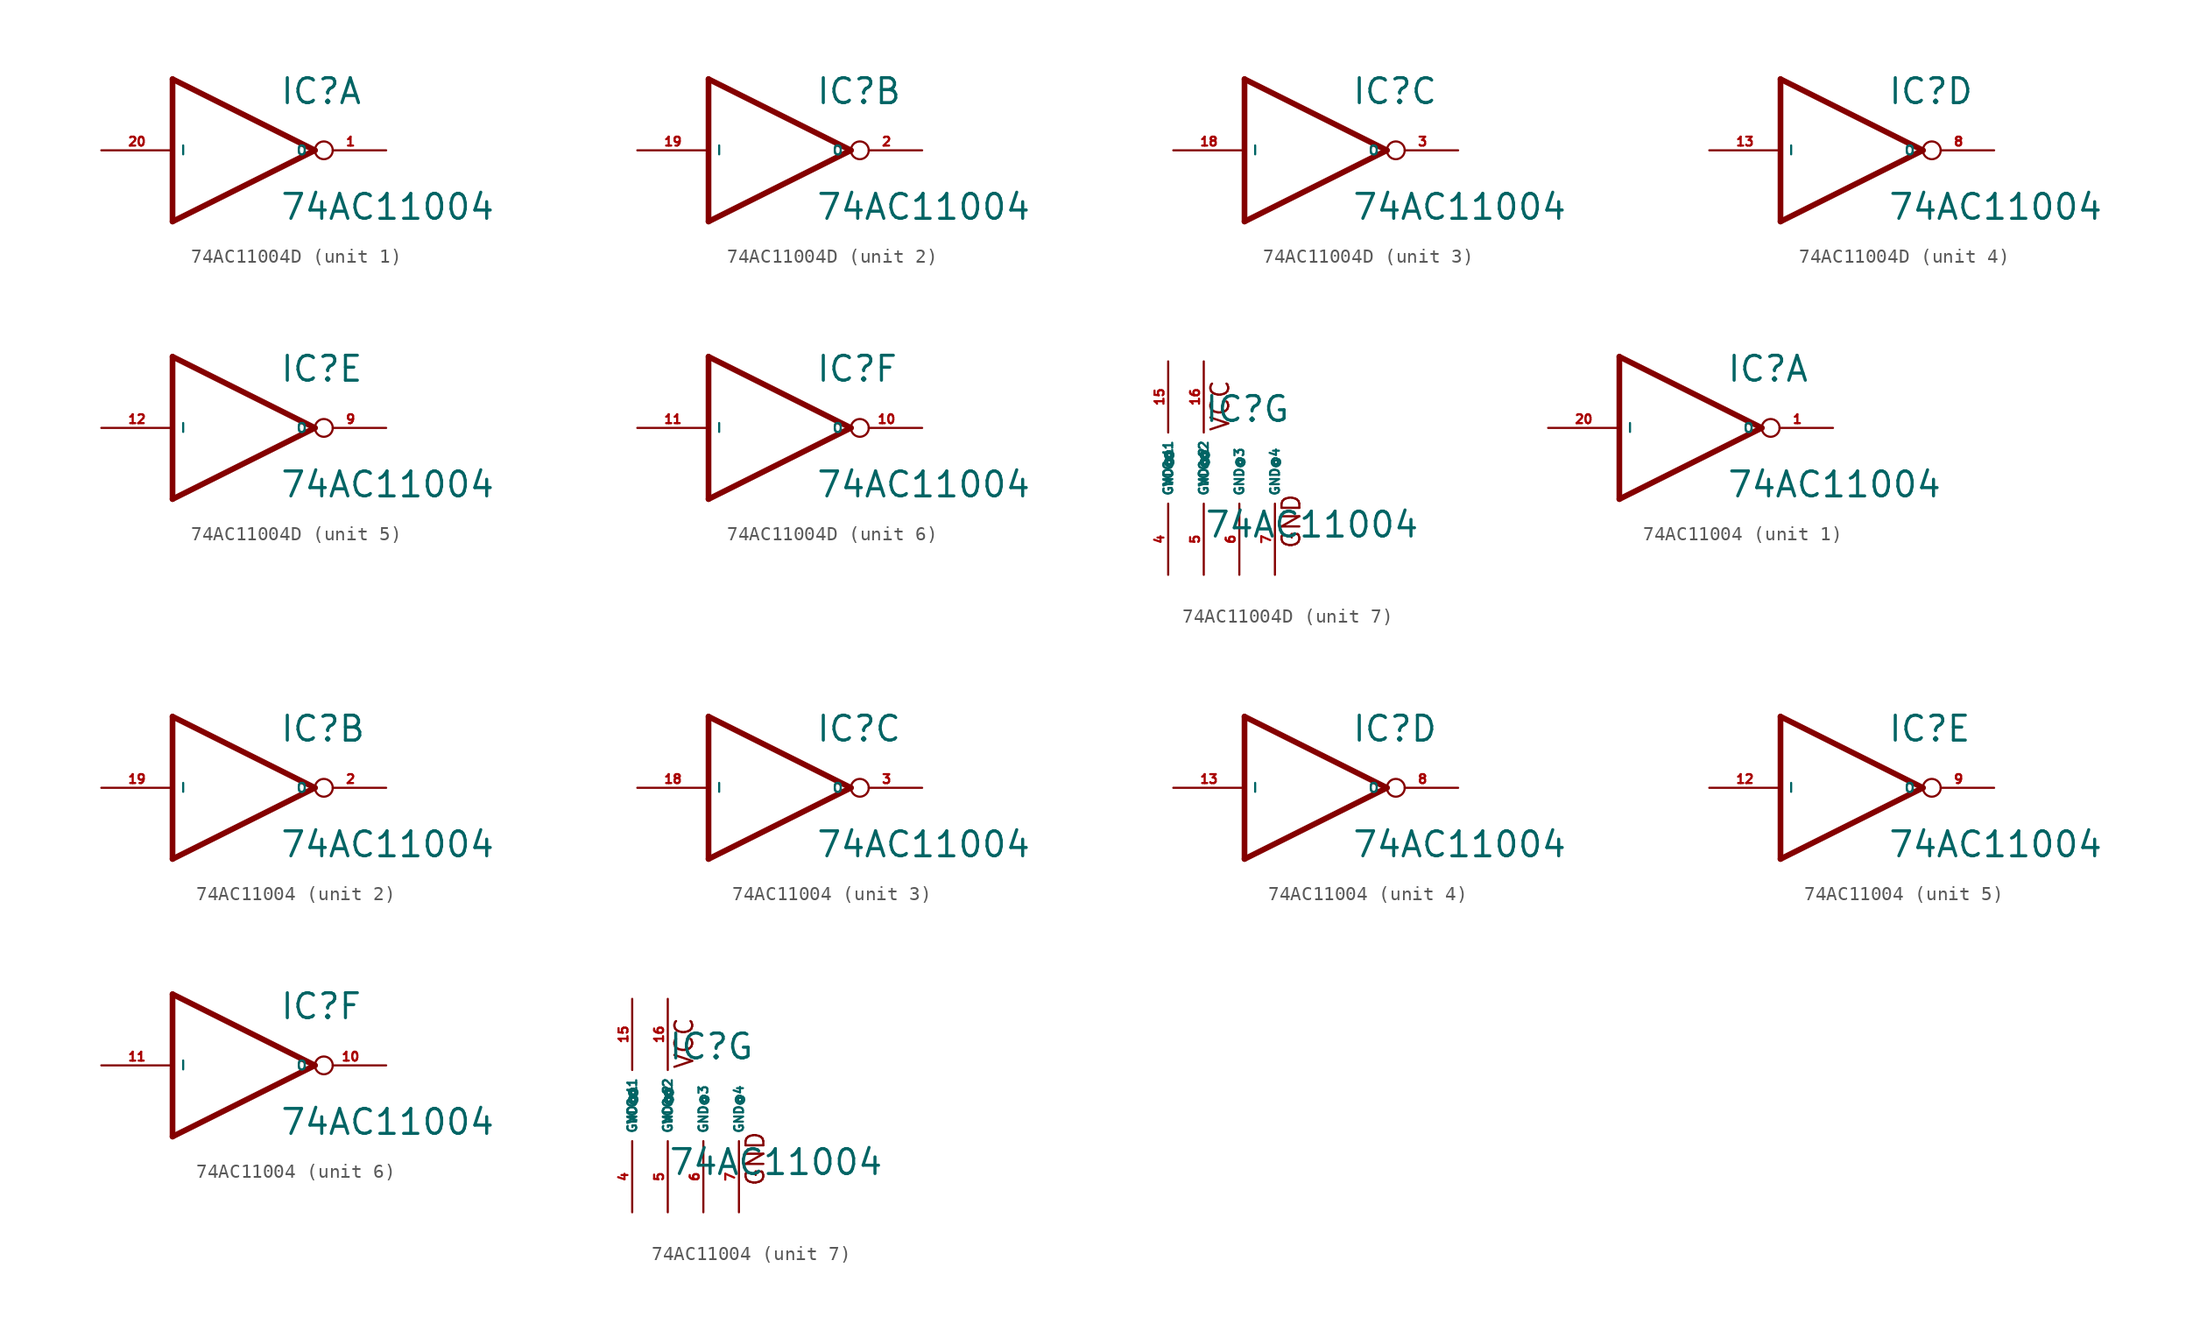
<source format=kicad_sym>
(kicad_symbol_lib
  (version 20220914)
  (generator Eagle2Kicad)
  (symbol "74AC11004D"
    (property "Reference" "IC"
      (at 2.54 3.175 0)
      (effects (font (size 1.778 1.778) (thickness 0.22)) (justify left bottom)))
    (property "Value" "74AC11004"
      (at 2.54 -5.08 0)
      (effects (font (size 1.778 1.778) (thickness 0.22)) (justify left bottom)))
    (symbol "74AC11004D_1_0"
      (polyline (pts (xy -5.08 5.08) (xy 5.08 0)) (stroke (width 0.406) (type default)) (fill (type none)))
      (polyline (pts (xy 5.08 0) (xy -5.08 -5.08)) (stroke (width 0.406) (type default)) (fill (type none)))
      (polyline (pts (xy -5.08 -5.08) (xy -5.08 5.08)) (stroke (width 0.406) (type default)) (fill (type none)))
      (pin output inverted (at 10.16 0 180) (length 5.08) (name "O" (effects (font (size 0.635 0.635) (thickness 0.08)) (justify left bottom))) (number "1" (effects (font (size 0.635 0.635) (thickness 0.08)) (justify left bottom))))
      (pin input line (at -10.16 0 0) (length 5.08) (name "I" (effects (font (size 0.635 0.635) (thickness 0.08)) (justify left bottom))) (number "20" (effects (font (size 0.635 0.635) (thickness 0.08)) (justify left bottom)))))
    (symbol "74AC11004D_2_0"
      (polyline (pts (xy -5.08 5.08) (xy 5.08 0)) (stroke (width 0.406) (type default)) (fill (type none)))
      (polyline (pts (xy 5.08 0) (xy -5.08 -5.08)) (stroke (width 0.406) (type default)) (fill (type none)))
      (polyline (pts (xy -5.08 -5.08) (xy -5.08 5.08)) (stroke (width 0.406) (type default)) (fill (type none)))
      (pin output inverted (at 10.16 0 180) (length 5.08) (name "O" (effects (font (size 0.635 0.635) (thickness 0.08)) (justify left bottom))) (number "2" (effects (font (size 0.635 0.635) (thickness 0.08)) (justify left bottom))))
      (pin input line (at -10.16 0 0) (length 5.08) (name "I" (effects (font (size 0.635 0.635) (thickness 0.08)) (justify left bottom))) (number "19" (effects (font (size 0.635 0.635) (thickness 0.08)) (justify left bottom)))))
    (symbol "74AC11004D_3_0"
      (polyline (pts (xy -5.08 5.08) (xy 5.08 0)) (stroke (width 0.406) (type default)) (fill (type none)))
      (polyline (pts (xy 5.08 0) (xy -5.08 -5.08)) (stroke (width 0.406) (type default)) (fill (type none)))
      (polyline (pts (xy -5.08 -5.08) (xy -5.08 5.08)) (stroke (width 0.406) (type default)) (fill (type none)))
      (pin output inverted (at 10.16 0 180) (length 5.08) (name "O" (effects (font (size 0.635 0.635) (thickness 0.08)) (justify left bottom))) (number "3" (effects (font (size 0.635 0.635) (thickness 0.08)) (justify left bottom))))
      (pin input line (at -10.16 0 0) (length 5.08) (name "I" (effects (font (size 0.635 0.635) (thickness 0.08)) (justify left bottom))) (number "18" (effects (font (size 0.635 0.635) (thickness 0.08)) (justify left bottom)))))
    (symbol "74AC11004D_4_0"
      (polyline (pts (xy -5.08 5.08) (xy 5.08 0)) (stroke (width 0.406) (type default)) (fill (type none)))
      (polyline (pts (xy 5.08 0) (xy -5.08 -5.08)) (stroke (width 0.406) (type default)) (fill (type none)))
      (polyline (pts (xy -5.08 -5.08) (xy -5.08 5.08)) (stroke (width 0.406) (type default)) (fill (type none)))
      (pin output inverted (at 10.16 0 180) (length 5.08) (name "O" (effects (font (size 0.635 0.635) (thickness 0.08)) (justify left bottom))) (number "8" (effects (font (size 0.635 0.635) (thickness 0.08)) (justify left bottom))))
      (pin input line (at -10.16 0 0) (length 5.08) (name "I" (effects (font (size 0.635 0.635) (thickness 0.08)) (justify left bottom))) (number "13" (effects (font (size 0.635 0.635) (thickness 0.08)) (justify left bottom)))))
    (symbol "74AC11004D_5_0"
      (polyline (pts (xy -5.08 5.08) (xy 5.08 0)) (stroke (width 0.406) (type default)) (fill (type none)))
      (polyline (pts (xy 5.08 0) (xy -5.08 -5.08)) (stroke (width 0.406) (type default)) (fill (type none)))
      (polyline (pts (xy -5.08 -5.08) (xy -5.08 5.08)) (stroke (width 0.406) (type default)) (fill (type none)))
      (pin output inverted (at 10.16 0 180) (length 5.08) (name "O" (effects (font (size 0.635 0.635) (thickness 0.08)) (justify left bottom))) (number "9" (effects (font (size 0.635 0.635) (thickness 0.08)) (justify left bottom))))
      (pin input line (at -10.16 0 0) (length 5.08) (name "I" (effects (font (size 0.635 0.635) (thickness 0.08)) (justify left bottom))) (number "12" (effects (font (size 0.635 0.635) (thickness 0.08)) (justify left bottom)))))
    (symbol "74AC11004D_6_0"
      (polyline (pts (xy -5.08 5.08) (xy 5.08 0)) (stroke (width 0.406) (type default)) (fill (type none)))
      (polyline (pts (xy 5.08 0) (xy -5.08 -5.08)) (stroke (width 0.406) (type default)) (fill (type none)))
      (polyline (pts (xy -5.08 -5.08) (xy -5.08 5.08)) (stroke (width 0.406) (type default)) (fill (type none)))
      (pin output inverted (at 10.16 0 180) (length 5.08) (name "O" (effects (font (size 0.635 0.635) (thickness 0.08)) (justify left bottom))) (number "10" (effects (font (size 0.635 0.635) (thickness 0.08)) (justify left bottom))))
      (pin input line (at -10.16 0 0) (length 5.08) (name "I" (effects (font (size 0.635 0.635) (thickness 0.08)) (justify left bottom))) (number "11" (effects (font (size 0.635 0.635) (thickness 0.08)) (justify left bottom)))))
    (symbol "74AC11004D_7_0"
      (text "VCC" (at 4.445 2.54 900) (effects (font (size 1.27 1.27) (thickness 0.16)) (justify left bottom)))
      (text "GND" (at 9.525 -5.842 900) (effects (font (size 1.27 1.27) (thickness 0.16)) (justify left bottom)))
      (pin unspecified line (at 0 -7.62 90) (length 5.08) (name "GND@1" (effects (font (size 0.635 0.635) (thickness 0.08)) (justify left bottom))) (number "4" (effects (font (size 0.635 0.635) (thickness 0.08)) (justify left bottom))))
      (pin unspecified line (at 2.54 -7.62 90) (length 5.08) (name "GND@2" (effects (font (size 0.635 0.635) (thickness 0.08)) (justify left bottom))) (number "5" (effects (font (size 0.635 0.635) (thickness 0.08)) (justify left bottom))))
      (pin unspecified line (at 5.08 -7.62 90) (length 5.08) (name "GND@3" (effects (font (size 0.635 0.635) (thickness 0.08)) (justify left bottom))) (number "6" (effects (font (size 0.635 0.635) (thickness 0.08)) (justify left bottom))))
      (pin unspecified line (at 7.62 -7.62 90) (length 5.08) (name "GND@4" (effects (font (size 0.635 0.635) (thickness 0.08)) (justify left bottom))) (number "7" (effects (font (size 0.635 0.635) (thickness 0.08)) (justify left bottom))))
      (pin unspecified line (at 0 7.62 270) (length 5.08) (name "VCC@1" (effects (font (size 0.635 0.635) (thickness 0.08)) (justify left bottom))) (number "15" (effects (font (size 0.635 0.635) (thickness 0.08)) (justify left bottom))))
      (pin unspecified line (at 2.54 7.62 270) (length 5.08) (name "VCC@2" (effects (font (size 0.635 0.635) (thickness 0.08)) (justify left bottom))) (number "16" (effects (font (size 0.635 0.635) (thickness 0.08)) (justify left bottom))))))
  (symbol "74AC11004"
    (property "Reference" "IC"
      (at 2.54 3.175 0)
      (effects (font (size 1.778 1.778) (thickness 0.22)) (justify left bottom)))
    (property "Value" "74AC11004"
      (at 2.54 -5.08 0)
      (effects (font (size 1.778 1.778) (thickness 0.22)) (justify left bottom)))
    (symbol "74AC11004_1_0"
      (polyline (pts (xy -5.08 5.08) (xy 5.08 0)) (stroke (width 0.406) (type default)) (fill (type none)))
      (polyline (pts (xy 5.08 0) (xy -5.08 -5.08)) (stroke (width 0.406) (type default)) (fill (type none)))
      (polyline (pts (xy -5.08 -5.08) (xy -5.08 5.08)) (stroke (width 0.406) (type default)) (fill (type none)))
      (pin output inverted (at 10.16 0 180) (length 5.08) (name "O" (effects (font (size 0.635 0.635) (thickness 0.08)) (justify left bottom))) (number "1" (effects (font (size 0.635 0.635) (thickness 0.08)) (justify left bottom))))
      (pin input line (at -10.16 0 0) (length 5.08) (name "I" (effects (font (size 0.635 0.635) (thickness 0.08)) (justify left bottom))) (number "20" (effects (font (size 0.635 0.635) (thickness 0.08)) (justify left bottom)))))
    (symbol "74AC11004_2_0"
      (polyline (pts (xy -5.08 5.08) (xy 5.08 0)) (stroke (width 0.406) (type default)) (fill (type none)))
      (polyline (pts (xy 5.08 0) (xy -5.08 -5.08)) (stroke (width 0.406) (type default)) (fill (type none)))
      (polyline (pts (xy -5.08 -5.08) (xy -5.08 5.08)) (stroke (width 0.406) (type default)) (fill (type none)))
      (pin output inverted (at 10.16 0 180) (length 5.08) (name "O" (effects (font (size 0.635 0.635) (thickness 0.08)) (justify left bottom))) (number "2" (effects (font (size 0.635 0.635) (thickness 0.08)) (justify left bottom))))
      (pin input line (at -10.16 0 0) (length 5.08) (name "I" (effects (font (size 0.635 0.635) (thickness 0.08)) (justify left bottom))) (number "19" (effects (font (size 0.635 0.635) (thickness 0.08)) (justify left bottom)))))
    (symbol "74AC11004_3_0"
      (polyline (pts (xy -5.08 5.08) (xy 5.08 0)) (stroke (width 0.406) (type default)) (fill (type none)))
      (polyline (pts (xy 5.08 0) (xy -5.08 -5.08)) (stroke (width 0.406) (type default)) (fill (type none)))
      (polyline (pts (xy -5.08 -5.08) (xy -5.08 5.08)) (stroke (width 0.406) (type default)) (fill (type none)))
      (pin output inverted (at 10.16 0 180) (length 5.08) (name "O" (effects (font (size 0.635 0.635) (thickness 0.08)) (justify left bottom))) (number "3" (effects (font (size 0.635 0.635) (thickness 0.08)) (justify left bottom))))
      (pin input line (at -10.16 0 0) (length 5.08) (name "I" (effects (font (size 0.635 0.635) (thickness 0.08)) (justify left bottom))) (number "18" (effects (font (size 0.635 0.635) (thickness 0.08)) (justify left bottom)))))
    (symbol "74AC11004_4_0"
      (polyline (pts (xy -5.08 5.08) (xy 5.08 0)) (stroke (width 0.406) (type default)) (fill (type none)))
      (polyline (pts (xy 5.08 0) (xy -5.08 -5.08)) (stroke (width 0.406) (type default)) (fill (type none)))
      (polyline (pts (xy -5.08 -5.08) (xy -5.08 5.08)) (stroke (width 0.406) (type default)) (fill (type none)))
      (pin output inverted (at 10.16 0 180) (length 5.08) (name "O" (effects (font (size 0.635 0.635) (thickness 0.08)) (justify left bottom))) (number "8" (effects (font (size 0.635 0.635) (thickness 0.08)) (justify left bottom))))
      (pin input line (at -10.16 0 0) (length 5.08) (name "I" (effects (font (size 0.635 0.635) (thickness 0.08)) (justify left bottom))) (number "13" (effects (font (size 0.635 0.635) (thickness 0.08)) (justify left bottom)))))
    (symbol "74AC11004_5_0"
      (polyline (pts (xy -5.08 5.08) (xy 5.08 0)) (stroke (width 0.406) (type default)) (fill (type none)))
      (polyline (pts (xy 5.08 0) (xy -5.08 -5.08)) (stroke (width 0.406) (type default)) (fill (type none)))
      (polyline (pts (xy -5.08 -5.08) (xy -5.08 5.08)) (stroke (width 0.406) (type default)) (fill (type none)))
      (pin output inverted (at 10.16 0 180) (length 5.08) (name "O" (effects (font (size 0.635 0.635) (thickness 0.08)) (justify left bottom))) (number "9" (effects (font (size 0.635 0.635) (thickness 0.08)) (justify left bottom))))
      (pin input line (at -10.16 0 0) (length 5.08) (name "I" (effects (font (size 0.635 0.635) (thickness 0.08)) (justify left bottom))) (number "12" (effects (font (size 0.635 0.635) (thickness 0.08)) (justify left bottom)))))
    (symbol "74AC11004_6_0"
      (polyline (pts (xy -5.08 5.08) (xy 5.08 0)) (stroke (width 0.406) (type default)) (fill (type none)))
      (polyline (pts (xy 5.08 0) (xy -5.08 -5.08)) (stroke (width 0.406) (type default)) (fill (type none)))
      (polyline (pts (xy -5.08 -5.08) (xy -5.08 5.08)) (stroke (width 0.406) (type default)) (fill (type none)))
      (pin output inverted (at 10.16 0 180) (length 5.08) (name "O" (effects (font (size 0.635 0.635) (thickness 0.08)) (justify left bottom))) (number "10" (effects (font (size 0.635 0.635) (thickness 0.08)) (justify left bottom))))
      (pin input line (at -10.16 0 0) (length 5.08) (name "I" (effects (font (size 0.635 0.635) (thickness 0.08)) (justify left bottom))) (number "11" (effects (font (size 0.635 0.635) (thickness 0.08)) (justify left bottom)))))
    (symbol "74AC11004_7_0"
      (text "VCC" (at 4.445 2.54 900) (effects (font (size 1.27 1.27) (thickness 0.16)) (justify left bottom)))
      (text "GND" (at 9.525 -5.842 900) (effects (font (size 1.27 1.27) (thickness 0.16)) (justify left bottom)))
      (pin unspecified line (at 0 -7.62 90) (length 5.08) (name "GND@1" (effects (font (size 0.635 0.635) (thickness 0.08)) (justify left bottom))) (number "4" (effects (font (size 0.635 0.635) (thickness 0.08)) (justify left bottom))))
      (pin unspecified line (at 2.54 -7.62 90) (length 5.08) (name "GND@2" (effects (font (size 0.635 0.635) (thickness 0.08)) (justify left bottom))) (number "5" (effects (font (size 0.635 0.635) (thickness 0.08)) (justify left bottom))))
      (pin unspecified line (at 5.08 -7.62 90) (length 5.08) (name "GND@3" (effects (font (size 0.635 0.635) (thickness 0.08)) (justify left bottom))) (number "6" (effects (font (size 0.635 0.635) (thickness 0.08)) (justify left bottom))))
      (pin unspecified line (at 7.62 -7.62 90) (length 5.08) (name "GND@4" (effects (font (size 0.635 0.635) (thickness 0.08)) (justify left bottom))) (number "7" (effects (font (size 0.635 0.635) (thickness 0.08)) (justify left bottom))))
      (pin unspecified line (at 0 7.62 270) (length 5.08) (name "VCC@1" (effects (font (size 0.635 0.635) (thickness 0.08)) (justify left bottom))) (number "15" (effects (font (size 0.635 0.635) (thickness 0.08)) (justify left bottom))))
      (pin unspecified line (at 2.54 7.62 270) (length 5.08) (name "VCC@2" (effects (font (size 0.635 0.635) (thickness 0.08)) (justify left bottom))) (number "16" (effects (font (size 0.635 0.635) (thickness 0.08)) (justify left bottom)))))))
</source>
